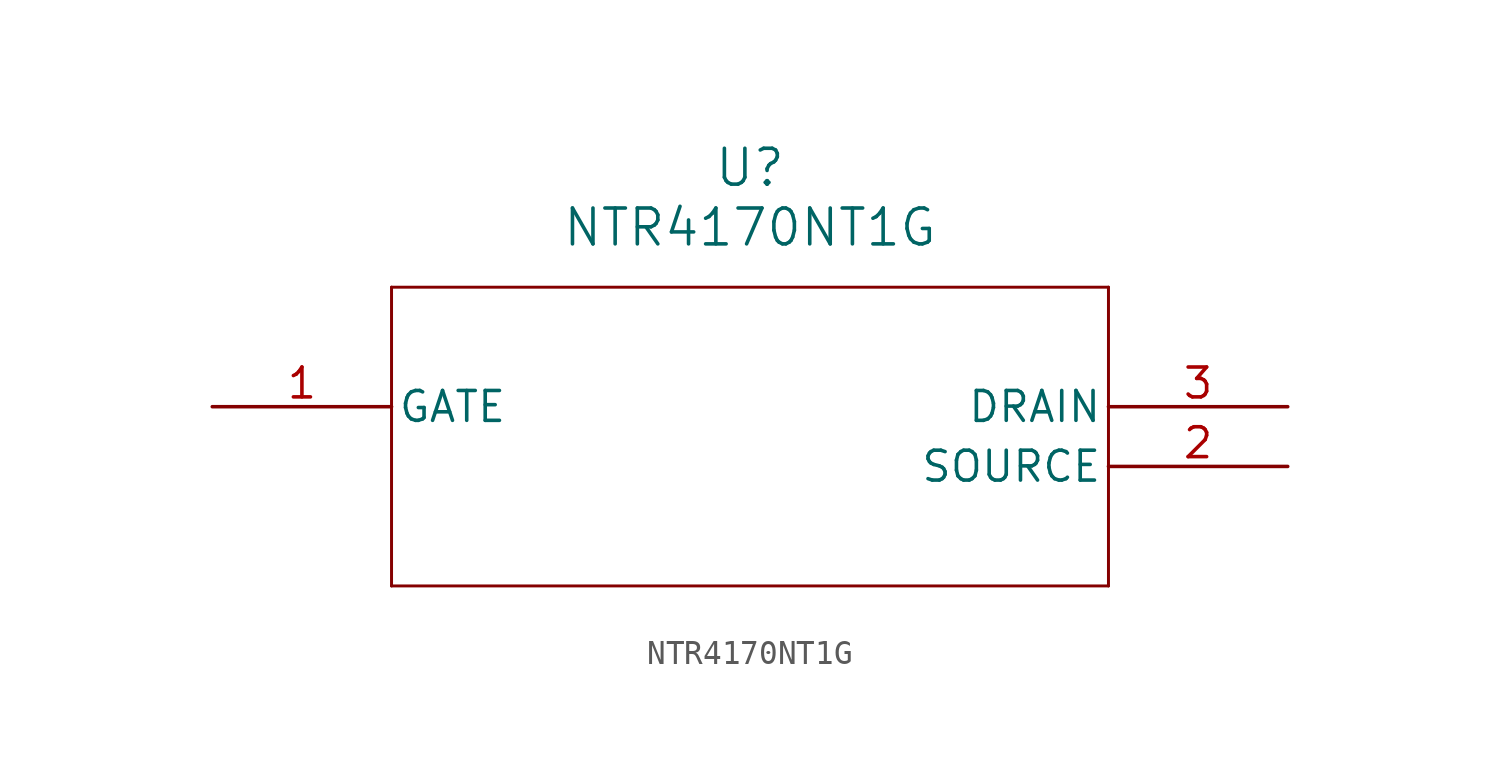
<source format=kicad_sym>
(kicad_symbol_lib
  (version 20211014)
  (generator kicad_symbol_editor)
  (symbol "NTR4170NT1G"
    (pin_names
      (offset 0.254))
    (property "Reference" "U"
      (at 22.86 10.16 0)
      (effects (font (size 1.524 1.524))))
    (property "Value" "NTR4170NT1G"
      (at 22.86 7.62 0)
      (effects (font (size 1.524 1.524))))
    (symbol "NTR4170NT1G_0_1"
      (polyline (pts (xy 7.62 5.08) (xy 7.62 -7.62)) (stroke (width 0.127) (type default) (color 0 0 0 0)) (fill (type none)))
      (polyline (pts (xy 7.62 -7.62) (xy 38.1 -7.62)) (stroke (width 0.127) (type default) (color 0 0 0 0)) (fill (type none)))
      (polyline (pts (xy 38.1 -7.62) (xy 38.1 5.08)) (stroke (width 0.127) (type default) (color 0 0 0 0)) (fill (type none)))
      (polyline (pts (xy 38.1 5.08) (xy 7.62 5.08)) (stroke (width 0.127) (type default) (color 0 0 0 0)) (fill (type none)))
      (pin unspecified line (at 0 0 0) (length 7.62) (name "GATE" (effects (font (size 1.27 1.27)))) (number "1" (effects (font (size 1.27 1.27)))))
      (pin unspecified line (at 45.72 -2.54 180) (length 7.62) (name "SOURCE" (effects (font (size 1.27 1.27)))) (number "2" (effects (font (size 1.27 1.27)))))
      (pin unspecified line (at 45.72 0 180) (length 7.62) (name "DRAIN" (effects (font (size 1.27 1.27)))) (number "3" (effects (font (size 1.27 1.27))))))))
</source>
